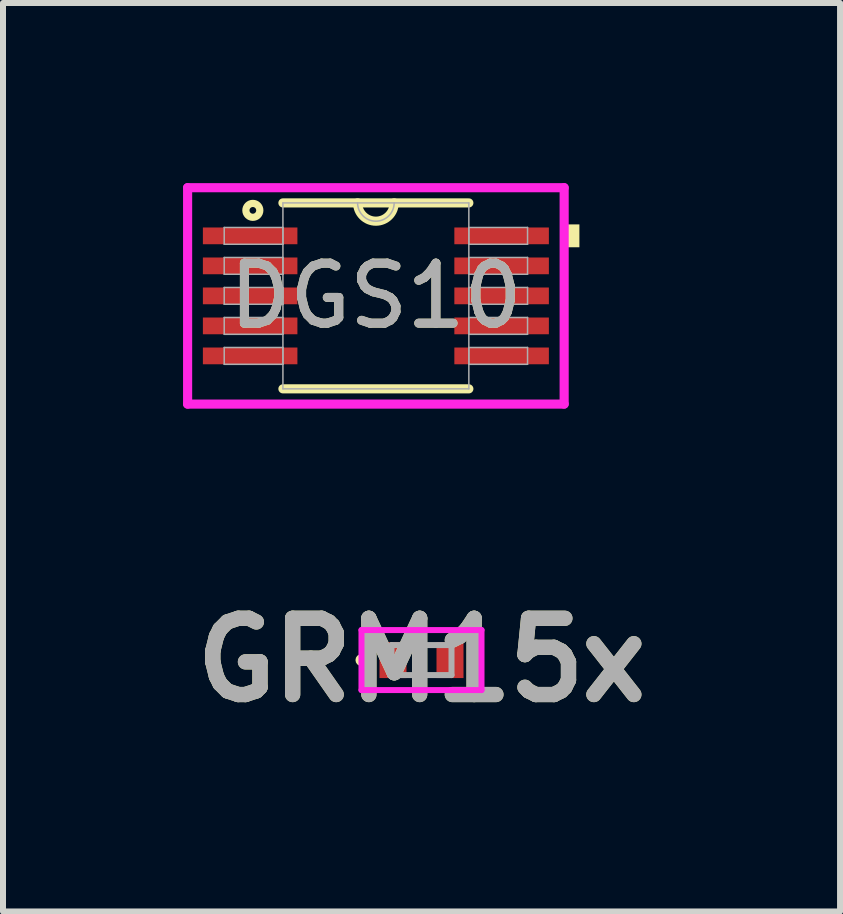
<source format=kicad_pcb>
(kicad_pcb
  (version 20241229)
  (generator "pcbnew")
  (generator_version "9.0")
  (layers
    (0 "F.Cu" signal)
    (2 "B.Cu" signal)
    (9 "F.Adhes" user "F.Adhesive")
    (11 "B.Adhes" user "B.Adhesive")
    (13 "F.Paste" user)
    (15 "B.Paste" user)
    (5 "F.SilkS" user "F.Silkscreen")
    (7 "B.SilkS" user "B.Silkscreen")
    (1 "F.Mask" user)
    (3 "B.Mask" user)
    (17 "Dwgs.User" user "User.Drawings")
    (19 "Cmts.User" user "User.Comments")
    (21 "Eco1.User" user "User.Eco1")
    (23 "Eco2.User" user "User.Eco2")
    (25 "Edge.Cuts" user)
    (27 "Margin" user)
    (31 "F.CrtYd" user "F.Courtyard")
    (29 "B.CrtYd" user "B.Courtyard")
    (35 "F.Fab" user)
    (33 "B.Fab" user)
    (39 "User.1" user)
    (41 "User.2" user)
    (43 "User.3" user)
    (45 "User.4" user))
  (footprint "DGS10"
    (layer "F.Cu")
    (at 3.213 1.88)
    (property "Reference" "DGS10" (at 0 0 0) (unlocked yes) (layer "F.SilkS") (effects (font (size 1 1) (thickness 0.15))))
    (attr smd)
    (fp_line (start -1.549 1.549) (end 1.549 1.549) (stroke (width 0.152) (type solid)) (layer "F.SilkS"))
    (fp_line (start 1.549 -1.549) (end -1.549 -1.549) (stroke (width 0.152) (type solid)) (layer "F.SilkS"))
    (fp_arc (start 0.3048 -1.5494) (mid 0 -1.2446) (end -0.3048 -1.5494) (stroke (width 0.1524) (type solid)) (layer "F.SilkS"))
    (fp_circle (center -2.05 -1.425) (end -2.025 -1.475) (stroke (width 0.12) (type default)) (fill no) (layer "F.SilkS"))
    (fp_poly (pts (xy 3.391 -1.191) (xy 3.391 -0.81) (xy 3.137 -0.81) (xy 3.137 -1.191)) (stroke (width 0) (type solid)) (fill yes) (layer "F.SilkS"))
    (fp_line (start -3.137 -1.803) (end 3.137 -1.803) (stroke (width 0.152) (type solid)) (layer "F.CrtYd"))
    (fp_line (start -3.137 1.803) (end -3.137 -1.803) (stroke (width 0.152) (type solid)) (layer "F.CrtYd"))
    (fp_line (start 3.137 -1.803) (end 3.137 1.803) (stroke (width 0.152) (type solid)) (layer "F.CrtYd"))
    (fp_line (start 3.137 1.803) (end -3.137 1.803) (stroke (width 0.152) (type solid)) (layer "F.CrtYd"))
    (fp_line (start -2.527 -1.14) (end -2.527 -0.86) (stroke (width 0.025) (type solid)) (layer "F.Fab"))
    (fp_line (start -2.527 -0.86) (end -1.549 -0.86) (stroke (width 0.025) (type solid)) (layer "F.Fab"))
    (fp_line (start -2.527 -0.64) (end -2.527 -0.36) (stroke (width 0.025) (type solid)) (layer "F.Fab"))
    (fp_line (start -2.527 -0.36) (end -1.549 -0.36) (stroke (width 0.025) (type solid)) (layer "F.Fab"))
    (fp_line (start -2.527 -0.14) (end -2.527 0.14) (stroke (width 0.025) (type solid)) (layer "F.Fab"))
    (fp_line (start -2.527 0.14) (end -1.549 0.14) (stroke (width 0.025) (type solid)) (layer "F.Fab"))
    (fp_line (start -2.527 0.36) (end -2.527 0.64) (stroke (width 0.025) (type solid)) (layer "F.Fab"))
    (fp_line (start -2.527 0.64) (end -1.549 0.64) (stroke (width 0.025) (type solid)) (layer "F.Fab"))
    (fp_line (start -2.527 0.86) (end -2.527 1.14) (stroke (width 0.025) (type solid)) (layer "F.Fab"))
    (fp_line (start -2.527 1.14) (end -1.549 1.14) (stroke (width 0.025) (type solid)) (layer "F.Fab"))
    (fp_line (start -1.549 -1.549) (end -1.549 1.549) (stroke (width 0.025) (type solid)) (layer "F.Fab"))
    (fp_line (start -1.549 -1.14) (end -2.527 -1.14) (stroke (width 0.025) (type solid)) (layer "F.Fab"))
    (fp_line (start -1.549 -0.86) (end -1.549 -1.14) (stroke (width 0.025) (type solid)) (layer "F.Fab"))
    (fp_line (start -1.549 -0.64) (end -2.527 -0.64) (stroke (width 0.025) (type solid)) (layer "F.Fab"))
    (fp_line (start -1.549 -0.36) (end -1.549 -0.64) (stroke (width 0.025) (type solid)) (layer "F.Fab"))
    (fp_line (start -1.549 -0.14) (end -2.527 -0.14) (stroke (width 0.025) (type solid)) (layer "F.Fab"))
    (fp_line (start -1.549 0.14) (end -1.549 -0.14) (stroke (width 0.025) (type solid)) (layer "F.Fab"))
    (fp_line (start -1.549 0.36) (end -2.527 0.36) (stroke (width 0.025) (type solid)) (layer "F.Fab"))
    (fp_line (start -1.549 0.64) (end -1.549 0.36) (stroke (width 0.025) (type solid)) (layer "F.Fab"))
    (fp_line (start -1.549 0.86) (end -2.527 0.86) (stroke (width 0.025) (type solid)) (layer "F.Fab"))
    (fp_line (start -1.549 1.14) (end -1.549 0.86) (stroke (width 0.025) (type solid)) (layer "F.Fab"))
    (fp_line (start -1.549 1.549) (end 1.549 1.549) (stroke (width 0.025) (type solid)) (layer "F.Fab"))
    (fp_line (start 1.549 -1.549) (end -1.549 -1.549) (stroke (width 0.025) (type solid)) (layer "F.Fab"))
    (fp_line (start 1.549 -1.14) (end 1.549 -0.86) (stroke (width 0.025) (type solid)) (layer "F.Fab"))
    (fp_line (start 1.549 -0.86) (end 2.527 -0.86) (stroke (width 0.025) (type solid)) (layer "F.Fab"))
    (fp_line (start 1.549 -0.64) (end 1.549 -0.36) (stroke (width 0.025) (type solid)) (layer "F.Fab"))
    (fp_line (start 1.549 -0.36) (end 2.527 -0.36) (stroke (width 0.025) (type solid)) (layer "F.Fab"))
    (fp_line (start 1.549 -0.14) (end 1.549 0.14) (stroke (width 0.025) (type solid)) (layer "F.Fab"))
    (fp_line (start 1.549 0.14) (end 2.527 0.14) (stroke (width 0.025) (type solid)) (layer "F.Fab"))
    (fp_line (start 1.549 0.36) (end 1.549 0.64) (stroke (width 0.025) (type solid)) (layer "F.Fab"))
    (fp_line (start 1.549 0.64) (end 2.527 0.64) (stroke (width 0.025) (type solid)) (layer "F.Fab"))
    (fp_line (start 1.549 0.86) (end 1.549 1.14) (stroke (width 0.025) (type solid)) (layer "F.Fab"))
    (fp_line (start 1.549 1.14) (end 2.527 1.14) (stroke (width 0.025) (type solid)) (layer "F.Fab"))
    (fp_line (start 1.549 1.549) (end 1.549 -1.549) (stroke (width 0.025) (type solid)) (layer "F.Fab"))
    (fp_line (start 2.527 -1.14) (end 1.549 -1.14) (stroke (width 0.025) (type solid)) (layer "F.Fab"))
    (fp_line (start 2.527 -0.86) (end 2.527 -1.14) (stroke (width 0.025) (type solid)) (layer "F.Fab"))
    (fp_line (start 2.527 -0.64) (end 1.549 -0.64) (stroke (width 0.025) (type solid)) (layer "F.Fab"))
    (fp_line (start 2.527 -0.36) (end 2.527 -0.64) (stroke (width 0.025) (type solid)) (layer "F.Fab"))
    (fp_line (start 2.527 -0.14) (end 1.549 -0.14) (stroke (width 0.025) (type solid)) (layer "F.Fab"))
    (fp_line (start 2.527 0.14) (end 2.527 -0.14) (stroke (width 0.025) (type solid)) (layer "F.Fab"))
    (fp_line (start 2.527 0.36) (end 1.549 0.36) (stroke (width 0.025) (type solid)) (layer "F.Fab"))
    (fp_line (start 2.527 0.64) (end 2.527 0.36) (stroke (width 0.025) (type solid)) (layer "F.Fab"))
    (fp_line (start 2.527 0.86) (end 1.549 0.86) (stroke (width 0.025) (type solid)) (layer "F.Fab"))
    (fp_line (start 2.527 1.14) (end 2.527 0.86) (stroke (width 0.025) (type solid)) (layer "F.Fab"))
    (fp_arc (start 0.3048 -1.5494) (mid 0 -1.2446) (end -0.3048 -1.5494) (stroke (width 0.0254) (type solid)) (layer "F.Fab"))
    (fp_text user "${REFERENCE}" (at 0 0 0) (unlocked yes) (layer "F.Fab") (effects (font (size 1 1) (thickness 0.15))))
    (pad "1" smd rect (at -2.095 -1) (size 1.575 0.279) (layers "F.Cu" "F.Mask" "F.Paste"))
    (pad "2" smd rect (at -2.095 -0.5) (size 1.575 0.279) (layers "F.Cu" "F.Mask" "F.Paste"))
    (pad "3" smd rect (at -2.095 0) (size 1.575 0.279) (layers "F.Cu" "F.Mask" "F.Paste"))
    (pad "4" smd rect (at -2.095 0.5) (size 1.575 0.279) (layers "F.Cu" "F.Mask" "F.Paste"))
    (pad "5" smd rect (at -2.095 1) (size 1.575 0.279) (layers "F.Cu" "F.Mask" "F.Paste"))
    (pad "6" smd rect (at 2.095 1) (size 1.575 0.279) (layers "F.Cu" "F.Mask" "F.Paste"))
    (pad "7" smd rect (at 2.095 0.5) (size 1.575 0.279) (layers "F.Cu" "F.Mask" "F.Paste"))
    (pad "8" smd rect (at 2.095 0) (size 1.575 0.279) (layers "F.Cu" "F.Mask" "F.Paste"))
    (pad "9" smd rect (at 2.095 -0.5) (size 1.575 0.279) (layers "F.Cu" "F.Mask" "F.Paste"))
    (pad "10" smd rect (at 2.095 -1) (size 1.575 0.279) (layers "F.Cu" "F.Mask" "F.Paste")))
  (footprint "GRM15x"
    (layer "F.Cu")
    (at 3.973 7.948)
    (property "Reference" "GRM15x" (at 0 0 0) (layer "F.SilkS") (effects (font (size 1.27 1.27) (thickness 0.254))))
    (attr smd)
    (fp_line (start -1 -0.05) (end -1 -0.05) (stroke (width 0.1) (type solid)) (layer "F.SilkS"))
    (fp_line (start -1 0.05) (end -1 0.05) (stroke (width 0.1) (type solid)) (layer "F.SilkS"))
    (fp_arc (start -1 -0.05) (mid -0.95 0) (end -1 0.05) (stroke (width 0.1) (type solid)) (layer "F.SilkS"))
    (fp_arc (start -1 0.05) (mid -1.05 0) (end -1 -0.05) (stroke (width 0.1) (type solid)) (layer "F.SilkS"))
    (fp_line (start -1 -0.5) (end 1 -0.5) (stroke (width 0.1) (type solid)) (layer "F.CrtYd"))
    (fp_line (start -1 0.5) (end -1 -0.5) (stroke (width 0.1) (type solid)) (layer "F.CrtYd"))
    (fp_line (start 1 -0.5) (end 1 0.5) (stroke (width 0.1) (type solid)) (layer "F.CrtYd"))
    (fp_line (start 1 0.5) (end -1 0.5) (stroke (width 0.1) (type solid)) (layer "F.CrtYd"))
    (fp_line (start -0.5 -0.25) (end 0.5 -0.25) (stroke (width 0.1) (type solid)) (layer "F.Fab"))
    (fp_line (start -0.5 0.25) (end -0.5 -0.25) (stroke (width 0.1) (type solid)) (layer "F.Fab"))
    (fp_line (start 0.5 -0.25) (end 0.5 0.25) (stroke (width 0.1) (type solid)) (layer "F.Fab"))
    (fp_line (start 0.5 0.25) (end -0.5 0.25) (stroke (width 0.1) (type solid)) (layer "F.Fab"))
    (fp_text user "${REFERENCE}" (at 0 0 0) (layer "F.Fab") (effects (font (size 1.27 1.27) (thickness 0.254))))
    (pad "1" smd rect (at -0.475 0) (size 0.45 0.6) (layers "F.Cu" "F.Mask" "F.Paste"))
    (pad "2" smd rect (at 0.475 0) (size 0.45 0.6) (layers "F.Cu" "F.Mask" "F.Paste")))
  (gr_rect
    (start -3 -3)
    (end 10.947 12.137)
    (stroke (width 0.1) (type default))
    (fill no)
    (layer "Edge.Cuts")))
</source>
